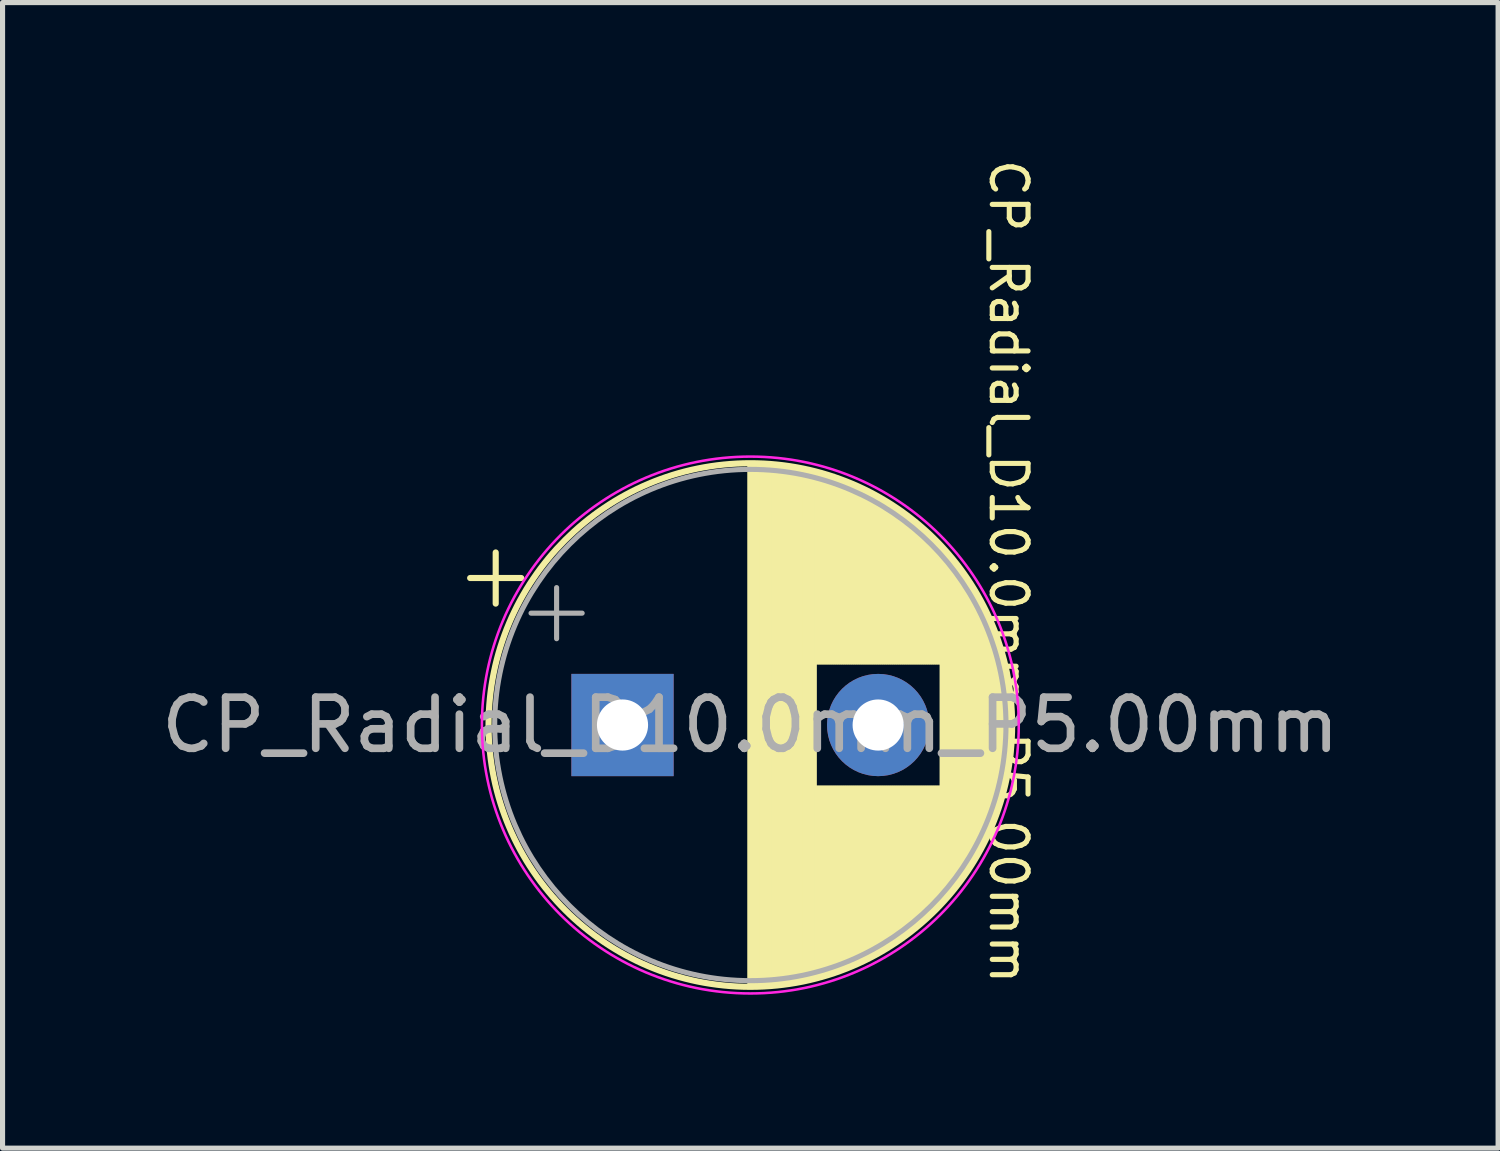
<source format=kicad_pcb>
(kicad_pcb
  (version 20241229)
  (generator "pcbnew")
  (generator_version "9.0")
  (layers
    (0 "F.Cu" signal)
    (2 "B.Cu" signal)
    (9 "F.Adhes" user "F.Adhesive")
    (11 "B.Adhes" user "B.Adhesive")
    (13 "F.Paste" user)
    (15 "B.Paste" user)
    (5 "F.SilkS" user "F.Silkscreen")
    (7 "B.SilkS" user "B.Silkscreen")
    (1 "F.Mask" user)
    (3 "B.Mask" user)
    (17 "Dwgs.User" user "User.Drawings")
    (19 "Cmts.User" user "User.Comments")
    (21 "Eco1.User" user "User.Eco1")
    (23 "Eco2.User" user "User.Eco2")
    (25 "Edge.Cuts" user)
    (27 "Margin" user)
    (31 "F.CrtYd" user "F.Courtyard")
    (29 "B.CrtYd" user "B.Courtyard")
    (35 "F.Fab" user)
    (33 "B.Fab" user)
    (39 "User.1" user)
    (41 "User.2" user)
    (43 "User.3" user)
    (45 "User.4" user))
  (footprint "CP_Radial_D10.0mm_P5.00mm"
    (layer "F.Cu")
    (at 9.125 11.13)
    (property "Reference" "CP_Radial_D10.0mm_P5.00mm" (at 7.55 -3 270) (unlocked yes) (layer "F.SilkS") (effects (font (size 0.7 0.7) (thickness 0.1))))
    (attr through_hole)
    (fp_line (start -2.98 -2.875) (end -1.98 -2.875) (stroke (width 0.12) (type solid)) (layer "F.SilkS"))
    (fp_line (start -2.48 -3.375) (end -2.48 -2.375) (stroke (width 0.12) (type solid)) (layer "F.SilkS"))
    (fp_line (start 2.5 -5.08) (end 2.5 5.08) (stroke (width 0.12) (type solid)) (layer "F.SilkS"))
    (fp_line (start 2.54 -5.08) (end 2.54 5.08) (stroke (width 0.12) (type solid)) (layer "F.SilkS"))
    (fp_line (start 2.58 -5.08) (end 2.58 5.08) (stroke (width 0.12) (type solid)) (layer "F.SilkS"))
    (fp_line (start 2.62 -5.079) (end 2.62 5.079) (stroke (width 0.12) (type solid)) (layer "F.SilkS"))
    (fp_line (start 2.66 -5.078) (end 2.66 5.078) (stroke (width 0.12) (type solid)) (layer "F.SilkS"))
    (fp_line (start 2.7 -5.077) (end 2.7 5.077) (stroke (width 0.12) (type solid)) (layer "F.SilkS"))
    (fp_line (start 2.74 -5.075) (end 2.74 5.075) (stroke (width 0.12) (type solid)) (layer "F.SilkS"))
    (fp_line (start 2.78 -5.073) (end 2.78 5.073) (stroke (width 0.12) (type solid)) (layer "F.SilkS"))
    (fp_line (start 2.82 -5.07) (end 2.82 5.07) (stroke (width 0.12) (type solid)) (layer "F.SilkS"))
    (fp_line (start 2.86 -5.068) (end 2.86 5.068) (stroke (width 0.12) (type solid)) (layer "F.SilkS"))
    (fp_line (start 2.9 -5.065) (end 2.9 5.065) (stroke (width 0.12) (type solid)) (layer "F.SilkS"))
    (fp_line (start 2.94 -5.062) (end 2.94 5.062) (stroke (width 0.12) (type solid)) (layer "F.SilkS"))
    (fp_line (start 2.98 -5.058) (end 2.98 5.058) (stroke (width 0.12) (type solid)) (layer "F.SilkS"))
    (fp_line (start 3.02 -5.054) (end 3.02 5.054) (stroke (width 0.12) (type solid)) (layer "F.SilkS"))
    (fp_line (start 3.06 -5.05) (end 3.06 5.05) (stroke (width 0.12) (type solid)) (layer "F.SilkS"))
    (fp_line (start 3.1 -5.045) (end 3.1 5.045) (stroke (width 0.12) (type solid)) (layer "F.SilkS"))
    (fp_line (start 3.14 -5.04) (end 3.14 5.04) (stroke (width 0.12) (type solid)) (layer "F.SilkS"))
    (fp_line (start 3.18 -5.035) (end 3.18 5.035) (stroke (width 0.12) (type solid)) (layer "F.SilkS"))
    (fp_line (start 3.221 -5.03) (end 3.221 5.03) (stroke (width 0.12) (type solid)) (layer "F.SilkS"))
    (fp_line (start 3.261 -5.024) (end 3.261 5.024) (stroke (width 0.12) (type solid)) (layer "F.SilkS"))
    (fp_line (start 3.301 -5.018) (end 3.301 5.018) (stroke (width 0.12) (type solid)) (layer "F.SilkS"))
    (fp_line (start 3.341 -5.011) (end 3.341 5.011) (stroke (width 0.12) (type solid)) (layer "F.SilkS"))
    (fp_line (start 3.381 -5.004) (end 3.381 5.004) (stroke (width 0.12) (type solid)) (layer "F.SilkS"))
    (fp_line (start 3.421 -4.997) (end 3.421 4.997) (stroke (width 0.12) (type solid)) (layer "F.SilkS"))
    (fp_line (start 3.461 -4.99) (end 3.461 4.99) (stroke (width 0.12) (type solid)) (layer "F.SilkS"))
    (fp_line (start 3.501 -4.982) (end 3.501 4.982) (stroke (width 0.12) (type solid)) (layer "F.SilkS"))
    (fp_line (start 3.541 -4.974) (end 3.541 4.974) (stroke (width 0.12) (type solid)) (layer "F.SilkS"))
    (fp_line (start 3.581 -4.965) (end 3.581 4.965) (stroke (width 0.12) (type solid)) (layer "F.SilkS"))
    (fp_line (start 3.621 -4.956) (end 3.621 4.956) (stroke (width 0.12) (type solid)) (layer "F.SilkS"))
    (fp_line (start 3.661 -4.947) (end 3.661 4.947) (stroke (width 0.12) (type solid)) (layer "F.SilkS"))
    (fp_line (start 3.701 -4.938) (end 3.701 4.938) (stroke (width 0.12) (type solid)) (layer "F.SilkS"))
    (fp_line (start 3.741 -4.928) (end 3.741 4.928) (stroke (width 0.12) (type solid)) (layer "F.SilkS"))
    (fp_line (start 3.781 -4.918) (end 3.781 -1.241) (stroke (width 0.12) (type solid)) (layer "F.SilkS"))
    (fp_line (start 3.781 1.241) (end 3.781 4.918) (stroke (width 0.12) (type solid)) (layer "F.SilkS"))
    (fp_line (start 3.821 -4.907) (end 3.821 -1.241) (stroke (width 0.12) (type solid)) (layer "F.SilkS"))
    (fp_line (start 3.821 1.241) (end 3.821 4.907) (stroke (width 0.12) (type solid)) (layer "F.SilkS"))
    (fp_line (start 3.861 -4.897) (end 3.861 -1.241) (stroke (width 0.12) (type solid)) (layer "F.SilkS"))
    (fp_line (start 3.861 1.241) (end 3.861 4.897) (stroke (width 0.12) (type solid)) (layer "F.SilkS"))
    (fp_line (start 3.901 -4.885) (end 3.901 -1.241) (stroke (width 0.12) (type solid)) (layer "F.SilkS"))
    (fp_line (start 3.901 1.241) (end 3.901 4.885) (stroke (width 0.12) (type solid)) (layer "F.SilkS"))
    (fp_line (start 3.941 -4.874) (end 3.941 -1.241) (stroke (width 0.12) (type solid)) (layer "F.SilkS"))
    (fp_line (start 3.941 1.241) (end 3.941 4.874) (stroke (width 0.12) (type solid)) (layer "F.SilkS"))
    (fp_line (start 3.981 -4.862) (end 3.981 -1.241) (stroke (width 0.12) (type solid)) (layer "F.SilkS"))
    (fp_line (start 3.981 1.241) (end 3.981 4.862) (stroke (width 0.12) (type solid)) (layer "F.SilkS"))
    (fp_line (start 4.021 -4.85) (end 4.021 -1.241) (stroke (width 0.12) (type solid)) (layer "F.SilkS"))
    (fp_line (start 4.021 1.241) (end 4.021 4.85) (stroke (width 0.12) (type solid)) (layer "F.SilkS"))
    (fp_line (start 4.061 -4.837) (end 4.061 -1.241) (stroke (width 0.12) (type solid)) (layer "F.SilkS"))
    (fp_line (start 4.061 1.241) (end 4.061 4.837) (stroke (width 0.12) (type solid)) (layer "F.SilkS"))
    (fp_line (start 4.101 -4.824) (end 4.101 -1.241) (stroke (width 0.12) (type solid)) (layer "F.SilkS"))
    (fp_line (start 4.101 1.241) (end 4.101 4.824) (stroke (width 0.12) (type solid)) (layer "F.SilkS"))
    (fp_line (start 4.141 -4.811) (end 4.141 -1.241) (stroke (width 0.12) (type solid)) (layer "F.SilkS"))
    (fp_line (start 4.141 1.241) (end 4.141 4.811) (stroke (width 0.12) (type solid)) (layer "F.SilkS"))
    (fp_line (start 4.181 -4.797) (end 4.181 -1.241) (stroke (width 0.12) (type solid)) (layer "F.SilkS"))
    (fp_line (start 4.181 1.241) (end 4.181 4.797) (stroke (width 0.12) (type solid)) (layer "F.SilkS"))
    (fp_line (start 4.221 -4.783) (end 4.221 -1.241) (stroke (width 0.12) (type solid)) (layer "F.SilkS"))
    (fp_line (start 4.221 1.241) (end 4.221 4.783) (stroke (width 0.12) (type solid)) (layer "F.SilkS"))
    (fp_line (start 4.261 -4.768) (end 4.261 -1.241) (stroke (width 0.12) (type solid)) (layer "F.SilkS"))
    (fp_line (start 4.261 1.241) (end 4.261 4.768) (stroke (width 0.12) (type solid)) (layer "F.SilkS"))
    (fp_line (start 4.301 -4.754) (end 4.301 -1.241) (stroke (width 0.12) (type solid)) (layer "F.SilkS"))
    (fp_line (start 4.301 1.241) (end 4.301 4.754) (stroke (width 0.12) (type solid)) (layer "F.SilkS"))
    (fp_line (start 4.341 -4.738) (end 4.341 -1.241) (stroke (width 0.12) (type solid)) (layer "F.SilkS"))
    (fp_line (start 4.341 1.241) (end 4.341 4.738) (stroke (width 0.12) (type solid)) (layer "F.SilkS"))
    (fp_line (start 4.381 -4.723) (end 4.381 -1.241) (stroke (width 0.12) (type solid)) (layer "F.SilkS"))
    (fp_line (start 4.381 1.241) (end 4.381 4.723) (stroke (width 0.12) (type solid)) (layer "F.SilkS"))
    (fp_line (start 4.421 -4.707) (end 4.421 -1.241) (stroke (width 0.12) (type solid)) (layer "F.SilkS"))
    (fp_line (start 4.421 1.241) (end 4.421 4.707) (stroke (width 0.12) (type solid)) (layer "F.SilkS"))
    (fp_line (start 4.461 -4.69) (end 4.461 -1.241) (stroke (width 0.12) (type solid)) (layer "F.SilkS"))
    (fp_line (start 4.461 1.241) (end 4.461 4.69) (stroke (width 0.12) (type solid)) (layer "F.SilkS"))
    (fp_line (start 4.501 -4.674) (end 4.501 -1.241) (stroke (width 0.12) (type solid)) (layer "F.SilkS"))
    (fp_line (start 4.501 1.241) (end 4.501 4.674) (stroke (width 0.12) (type solid)) (layer "F.SilkS"))
    (fp_line (start 4.541 -4.657) (end 4.541 -1.241) (stroke (width 0.12) (type solid)) (layer "F.SilkS"))
    (fp_line (start 4.541 1.241) (end 4.541 4.657) (stroke (width 0.12) (type solid)) (layer "F.SilkS"))
    (fp_line (start 4.581 -4.639) (end 4.581 -1.241) (stroke (width 0.12) (type solid)) (layer "F.SilkS"))
    (fp_line (start 4.581 1.241) (end 4.581 4.639) (stroke (width 0.12) (type solid)) (layer "F.SilkS"))
    (fp_line (start 4.621 -4.621) (end 4.621 -1.241) (stroke (width 0.12) (type solid)) (layer "F.SilkS"))
    (fp_line (start 4.621 1.241) (end 4.621 4.621) (stroke (width 0.12) (type solid)) (layer "F.SilkS"))
    (fp_line (start 4.661 -4.603) (end 4.661 -1.241) (stroke (width 0.12) (type solid)) (layer "F.SilkS"))
    (fp_line (start 4.661 1.241) (end 4.661 4.603) (stroke (width 0.12) (type solid)) (layer "F.SilkS"))
    (fp_line (start 4.701 -4.584) (end 4.701 -1.241) (stroke (width 0.12) (type solid)) (layer "F.SilkS"))
    (fp_line (start 4.701 1.241) (end 4.701 4.584) (stroke (width 0.12) (type solid)) (layer "F.SilkS"))
    (fp_line (start 4.741 -4.564) (end 4.741 -1.241) (stroke (width 0.12) (type solid)) (layer "F.SilkS"))
    (fp_line (start 4.741 1.241) (end 4.741 4.564) (stroke (width 0.12) (type solid)) (layer "F.SilkS"))
    (fp_line (start 4.781 -4.545) (end 4.781 -1.241) (stroke (width 0.12) (type solid)) (layer "F.SilkS"))
    (fp_line (start 4.781 1.241) (end 4.781 4.545) (stroke (width 0.12) (type solid)) (layer "F.SilkS"))
    (fp_line (start 4.821 -4.525) (end 4.821 -1.241) (stroke (width 0.12) (type solid)) (layer "F.SilkS"))
    (fp_line (start 4.821 1.241) (end 4.821 4.525) (stroke (width 0.12) (type solid)) (layer "F.SilkS"))
    (fp_line (start 4.861 -4.504) (end 4.861 -1.241) (stroke (width 0.12) (type solid)) (layer "F.SilkS"))
    (fp_line (start 4.861 1.241) (end 4.861 4.504) (stroke (width 0.12) (type solid)) (layer "F.SilkS"))
    (fp_line (start 4.901 -4.483) (end 4.901 -1.241) (stroke (width 0.12) (type solid)) (layer "F.SilkS"))
    (fp_line (start 4.901 1.241) (end 4.901 4.483) (stroke (width 0.12) (type solid)) (layer "F.SilkS"))
    (fp_line (start 4.941 -4.462) (end 4.941 -1.241) (stroke (width 0.12) (type solid)) (layer "F.SilkS"))
    (fp_line (start 4.941 1.241) (end 4.941 4.462) (stroke (width 0.12) (type solid)) (layer "F.SilkS"))
    (fp_line (start 4.981 -4.44) (end 4.981 -1.241) (stroke (width 0.12) (type solid)) (layer "F.SilkS"))
    (fp_line (start 4.981 1.241) (end 4.981 4.44) (stroke (width 0.12) (type solid)) (layer "F.SilkS"))
    (fp_line (start 5.021 -4.417) (end 5.021 -1.241) (stroke (width 0.12) (type solid)) (layer "F.SilkS"))
    (fp_line (start 5.021 1.241) (end 5.021 4.417) (stroke (width 0.12) (type solid)) (layer "F.SilkS"))
    (fp_line (start 5.061 -4.395) (end 5.061 -1.241) (stroke (width 0.12) (type solid)) (layer "F.SilkS"))
    (fp_line (start 5.061 1.241) (end 5.061 4.395) (stroke (width 0.12) (type solid)) (layer "F.SilkS"))
    (fp_line (start 5.101 -4.371) (end 5.101 -1.241) (stroke (width 0.12) (type solid)) (layer "F.SilkS"))
    (fp_line (start 5.101 1.241) (end 5.101 4.371) (stroke (width 0.12) (type solid)) (layer "F.SilkS"))
    (fp_line (start 5.141 -4.347) (end 5.141 -1.241) (stroke (width 0.12) (type solid)) (layer "F.SilkS"))
    (fp_line (start 5.141 1.241) (end 5.141 4.347) (stroke (width 0.12) (type solid)) (layer "F.SilkS"))
    (fp_line (start 5.181 -4.323) (end 5.181 -1.241) (stroke (width 0.12) (type solid)) (layer "F.SilkS"))
    (fp_line (start 5.181 1.241) (end 5.181 4.323) (stroke (width 0.12) (type solid)) (layer "F.SilkS"))
    (fp_line (start 5.221 -4.298) (end 5.221 -1.241) (stroke (width 0.12) (type solid)) (layer "F.SilkS"))
    (fp_line (start 5.221 1.241) (end 5.221 4.298) (stroke (width 0.12) (type solid)) (layer "F.SilkS"))
    (fp_line (start 5.261 -4.273) (end 5.261 -1.241) (stroke (width 0.12) (type solid)) (layer "F.SilkS"))
    (fp_line (start 5.261 1.241) (end 5.261 4.273) (stroke (width 0.12) (type solid)) (layer "F.SilkS"))
    (fp_line (start 5.301 -4.247) (end 5.301 -1.241) (stroke (width 0.12) (type solid)) (layer "F.SilkS"))
    (fp_line (start 5.301 1.241) (end 5.301 4.247) (stroke (width 0.12) (type solid)) (layer "F.SilkS"))
    (fp_line (start 5.341 -4.221) (end 5.341 -1.241) (stroke (width 0.12) (type solid)) (layer "F.SilkS"))
    (fp_line (start 5.341 1.241) (end 5.341 4.221) (stroke (width 0.12) (type solid)) (layer "F.SilkS"))
    (fp_line (start 5.381 -4.194) (end 5.381 -1.241) (stroke (width 0.12) (type solid)) (layer "F.SilkS"))
    (fp_line (start 5.381 1.241) (end 5.381 4.194) (stroke (width 0.12) (type solid)) (layer "F.SilkS"))
    (fp_line (start 5.421 -4.166) (end 5.421 -1.241) (stroke (width 0.12) (type solid)) (layer "F.SilkS"))
    (fp_line (start 5.421 1.241) (end 5.421 4.166) (stroke (width 0.12) (type solid)) (layer "F.SilkS"))
    (fp_line (start 5.461 -4.138) (end 5.461 -1.241) (stroke (width 0.12) (type solid)) (layer "F.SilkS"))
    (fp_line (start 5.461 1.241) (end 5.461 4.138) (stroke (width 0.12) (type solid)) (layer "F.SilkS"))
    (fp_line (start 5.501 -4.11) (end 5.501 -1.241) (stroke (width 0.12) (type solid)) (layer "F.SilkS"))
    (fp_line (start 5.501 1.241) (end 5.501 4.11) (stroke (width 0.12) (type solid)) (layer "F.SilkS"))
    (fp_line (start 5.541 -4.08) (end 5.541 -1.241) (stroke (width 0.12) (type solid)) (layer "F.SilkS"))
    (fp_line (start 5.541 1.241) (end 5.541 4.08) (stroke (width 0.12) (type solid)) (layer "F.SilkS"))
    (fp_line (start 5.581 -4.05) (end 5.581 -1.241) (stroke (width 0.12) (type solid)) (layer "F.SilkS"))
    (fp_line (start 5.581 1.241) (end 5.581 4.05) (stroke (width 0.12) (type solid)) (layer "F.SilkS"))
    (fp_line (start 5.621 -4.02) (end 5.621 -1.241) (stroke (width 0.12) (type solid)) (layer "F.SilkS"))
    (fp_line (start 5.621 1.241) (end 5.621 4.02) (stroke (width 0.12) (type solid)) (layer "F.SilkS"))
    (fp_line (start 5.661 -3.989) (end 5.661 -1.241) (stroke (width 0.12) (type solid)) (layer "F.SilkS"))
    (fp_line (start 5.661 1.241) (end 5.661 3.989) (stroke (width 0.12) (type solid)) (layer "F.SilkS"))
    (fp_line (start 5.701 -3.957) (end 5.701 -1.241) (stroke (width 0.12) (type solid)) (layer "F.SilkS"))
    (fp_line (start 5.701 1.241) (end 5.701 3.957) (stroke (width 0.12) (type solid)) (layer "F.SilkS"))
    (fp_line (start 5.741 -3.925) (end 5.741 -1.241) (stroke (width 0.12) (type solid)) (layer "F.SilkS"))
    (fp_line (start 5.741 1.241) (end 5.741 3.925) (stroke (width 0.12) (type solid)) (layer "F.SilkS"))
    (fp_line (start 5.781 -3.892) (end 5.781 -1.241) (stroke (width 0.12) (type solid)) (layer "F.SilkS"))
    (fp_line (start 5.781 1.241) (end 5.781 3.892) (stroke (width 0.12) (type solid)) (layer "F.SilkS"))
    (fp_line (start 5.821 -3.858) (end 5.821 -1.241) (stroke (width 0.12) (type solid)) (layer "F.SilkS"))
    (fp_line (start 5.821 1.241) (end 5.821 3.858) (stroke (width 0.12) (type solid)) (layer "F.SilkS"))
    (fp_line (start 5.861 -3.824) (end 5.861 -1.241) (stroke (width 0.12) (type solid)) (layer "F.SilkS"))
    (fp_line (start 5.861 1.241) (end 5.861 3.824) (stroke (width 0.12) (type solid)) (layer "F.SilkS"))
    (fp_line (start 5.901 -3.789) (end 5.901 -1.241) (stroke (width 0.12) (type solid)) (layer "F.SilkS"))
    (fp_line (start 5.901 1.241) (end 5.901 3.789) (stroke (width 0.12) (type solid)) (layer "F.SilkS"))
    (fp_line (start 5.941 -3.753) (end 5.941 -1.241) (stroke (width 0.12) (type solid)) (layer "F.SilkS"))
    (fp_line (start 5.941 1.241) (end 5.941 3.753) (stroke (width 0.12) (type solid)) (layer "F.SilkS"))
    (fp_line (start 5.981 -3.716) (end 5.981 -1.241) (stroke (width 0.12) (type solid)) (layer "F.SilkS"))
    (fp_line (start 5.981 1.241) (end 5.981 3.716) (stroke (width 0.12) (type solid)) (layer "F.SilkS"))
    (fp_line (start 6.021 -3.679) (end 6.021 -1.241) (stroke (width 0.12) (type solid)) (layer "F.SilkS"))
    (fp_line (start 6.021 1.241) (end 6.021 3.679) (stroke (width 0.12) (type solid)) (layer "F.SilkS"))
    (fp_line (start 6.061 -3.64) (end 6.061 -1.241) (stroke (width 0.12) (type solid)) (layer "F.SilkS"))
    (fp_line (start 6.061 1.241) (end 6.061 3.64) (stroke (width 0.12) (type solid)) (layer "F.SilkS"))
    (fp_line (start 6.101 -3.601) (end 6.101 -1.241) (stroke (width 0.12) (type solid)) (layer "F.SilkS"))
    (fp_line (start 6.101 1.241) (end 6.101 3.601) (stroke (width 0.12) (type solid)) (layer "F.SilkS"))
    (fp_line (start 6.141 -3.561) (end 6.141 -1.241) (stroke (width 0.12) (type solid)) (layer "F.SilkS"))
    (fp_line (start 6.141 1.241) (end 6.141 3.561) (stroke (width 0.12) (type solid)) (layer "F.SilkS"))
    (fp_line (start 6.181 -3.52) (end 6.181 -1.241) (stroke (width 0.12) (type solid)) (layer "F.SilkS"))
    (fp_line (start 6.181 1.241) (end 6.181 3.52) (stroke (width 0.12) (type solid)) (layer "F.SilkS"))
    (fp_line (start 6.221 -3.478) (end 6.221 -1.241) (stroke (width 0.12) (type solid)) (layer "F.SilkS"))
    (fp_line (start 6.221 1.241) (end 6.221 3.478) (stroke (width 0.12) (type solid)) (layer "F.SilkS"))
    (fp_line (start 6.261 -3.436) (end 6.261 3.436) (stroke (width 0.12) (type solid)) (layer "F.SilkS"))
    (fp_line (start 6.301 -3.392) (end 6.301 3.392) (stroke (width 0.12) (type solid)) (layer "F.SilkS"))
    (fp_line (start 6.341 -3.347) (end 6.341 3.347) (stroke (width 0.12) (type solid)) (layer "F.SilkS"))
    (fp_line (start 6.381 -3.301) (end 6.381 3.301) (stroke (width 0.12) (type solid)) (layer "F.SilkS"))
    (fp_line (start 6.421 -3.254) (end 6.421 3.254) (stroke (width 0.12) (type solid)) (layer "F.SilkS"))
    (fp_line (start 6.461 -3.206) (end 6.461 3.206) (stroke (width 0.12) (type solid)) (layer "F.SilkS"))
    (fp_line (start 6.501 -3.156) (end 6.501 3.156) (stroke (width 0.12) (type solid)) (layer "F.SilkS"))
    (fp_line (start 6.541 -3.106) (end 6.541 3.106) (stroke (width 0.12) (type solid)) (layer "F.SilkS"))
    (fp_line (start 6.581 -3.054) (end 6.581 3.054) (stroke (width 0.12) (type solid)) (layer "F.SilkS"))
    (fp_line (start 6.621 -3) (end 6.621 3) (stroke (width 0.12) (type solid)) (layer "F.SilkS"))
    (fp_line (start 6.661 -2.945) (end 6.661 2.945) (stroke (width 0.12) (type solid)) (layer "F.SilkS"))
    (fp_line (start 6.701 -2.889) (end 6.701 2.889) (stroke (width 0.12) (type solid)) (layer "F.SilkS"))
    (fp_line (start 6.741 -2.83) (end 6.741 2.83) (stroke (width 0.12) (type solid)) (layer "F.SilkS"))
    (fp_line (start 6.781 -2.77) (end 6.781 2.77) (stroke (width 0.12) (type solid)) (layer "F.SilkS"))
    (fp_line (start 6.821 -2.709) (end 6.821 2.709) (stroke (width 0.12) (type solid)) (layer "F.SilkS"))
    (fp_line (start 6.861 -2.645) (end 6.861 2.645) (stroke (width 0.12) (type solid)) (layer "F.SilkS"))
    (fp_line (start 6.901 -2.579) (end 6.901 2.579) (stroke (width 0.12) (type solid)) (layer "F.SilkS"))
    (fp_line (start 6.941 -2.51) (end 6.941 2.51) (stroke (width 0.12) (type solid)) (layer "F.SilkS"))
    (fp_line (start 6.981 -2.439) (end 6.981 2.439) (stroke (width 0.12) (type solid)) (layer "F.SilkS"))
    (fp_line (start 7.021 -2.365) (end 7.021 2.365) (stroke (width 0.12) (type solid)) (layer "F.SilkS"))
    (fp_line (start 7.061 -2.289) (end 7.061 2.289) (stroke (width 0.12) (type solid)) (layer "F.SilkS"))
    (fp_line (start 7.101 -2.209) (end 7.101 2.209) (stroke (width 0.12) (type solid)) (layer "F.SilkS"))
    (fp_line (start 7.141 -2.125) (end 7.141 2.125) (stroke (width 0.12) (type solid)) (layer "F.SilkS"))
    (fp_line (start 7.181 -2.037) (end 7.181 2.037) (stroke (width 0.12) (type solid)) (layer "F.SilkS"))
    (fp_line (start 7.221 -1.944) (end 7.221 1.944) (stroke (width 0.12) (type solid)) (layer "F.SilkS"))
    (fp_line (start 7.261 -1.846) (end 7.261 1.846) (stroke (width 0.12) (type solid)) (layer "F.SilkS"))
    (fp_line (start 7.301 -1.742) (end 7.301 1.742) (stroke (width 0.12) (type solid)) (layer "F.SilkS"))
    (fp_line (start 7.341 -1.63) (end 7.341 1.63) (stroke (width 0.12) (type solid)) (layer "F.SilkS"))
    (fp_line (start 7.381 -1.51) (end 7.381 1.51) (stroke (width 0.12) (type solid)) (layer "F.SilkS"))
    (fp_line (start 7.421 -1.378) (end 7.421 1.378) (stroke (width 0.12) (type solid)) (layer "F.SilkS"))
    (fp_line (start 7.461 -1.23) (end 7.461 1.23) (stroke (width 0.12) (type solid)) (layer "F.SilkS"))
    (fp_line (start 7.501 -1.062) (end 7.501 1.062) (stroke (width 0.12) (type solid)) (layer "F.SilkS"))
    (fp_line (start 7.541 -0.862) (end 7.541 0.862) (stroke (width 0.12) (type solid)) (layer "F.SilkS"))
    (fp_line (start 7.581 -0.599) (end 7.581 0.599) (stroke (width 0.12) (type solid)) (layer "F.SilkS"))
    (fp_circle (center 2.5 0) (end 7.62 0) (stroke (width 0.12) (type solid)) (fill no) (layer "F.SilkS"))
    (fp_circle (center 2.5 0) (end 7.75 0) (stroke (width 0.05) (type solid)) (fill no) (layer "F.CrtYd"))
    (fp_line (start -1.789 -2.188) (end -0.789 -2.188) (stroke (width 0.1) (type solid)) (layer "F.Fab"))
    (fp_line (start -1.289 -2.688) (end -1.289 -1.688) (stroke (width 0.1) (type solid)) (layer "F.Fab"))
    (fp_circle (center 2.5 0) (end 7.5 0) (stroke (width 0.1) (type solid)) (fill no) (layer "F.Fab"))
    (fp_text user "${REFERENCE}" (at 2.5 0 0) (layer "F.Fab") (effects (font (size 1 1) (thickness 0.15))))
    (pad "1" thru_hole rect (at 0 0) (size 2 2) (drill 1) (layers "*.Cu" "*.Mask"))
    (pad "2" thru_hole circle (at 5 0) (size 2 2) (drill 1) (layers "*.Cu" "*.Mask")))
  (gr_rect
    (start -3 -3)
    (end 26.25 19.405)
    (stroke (width 0.1) (type default))
    (fill no)
    (layer "Edge.Cuts")))
</source>
